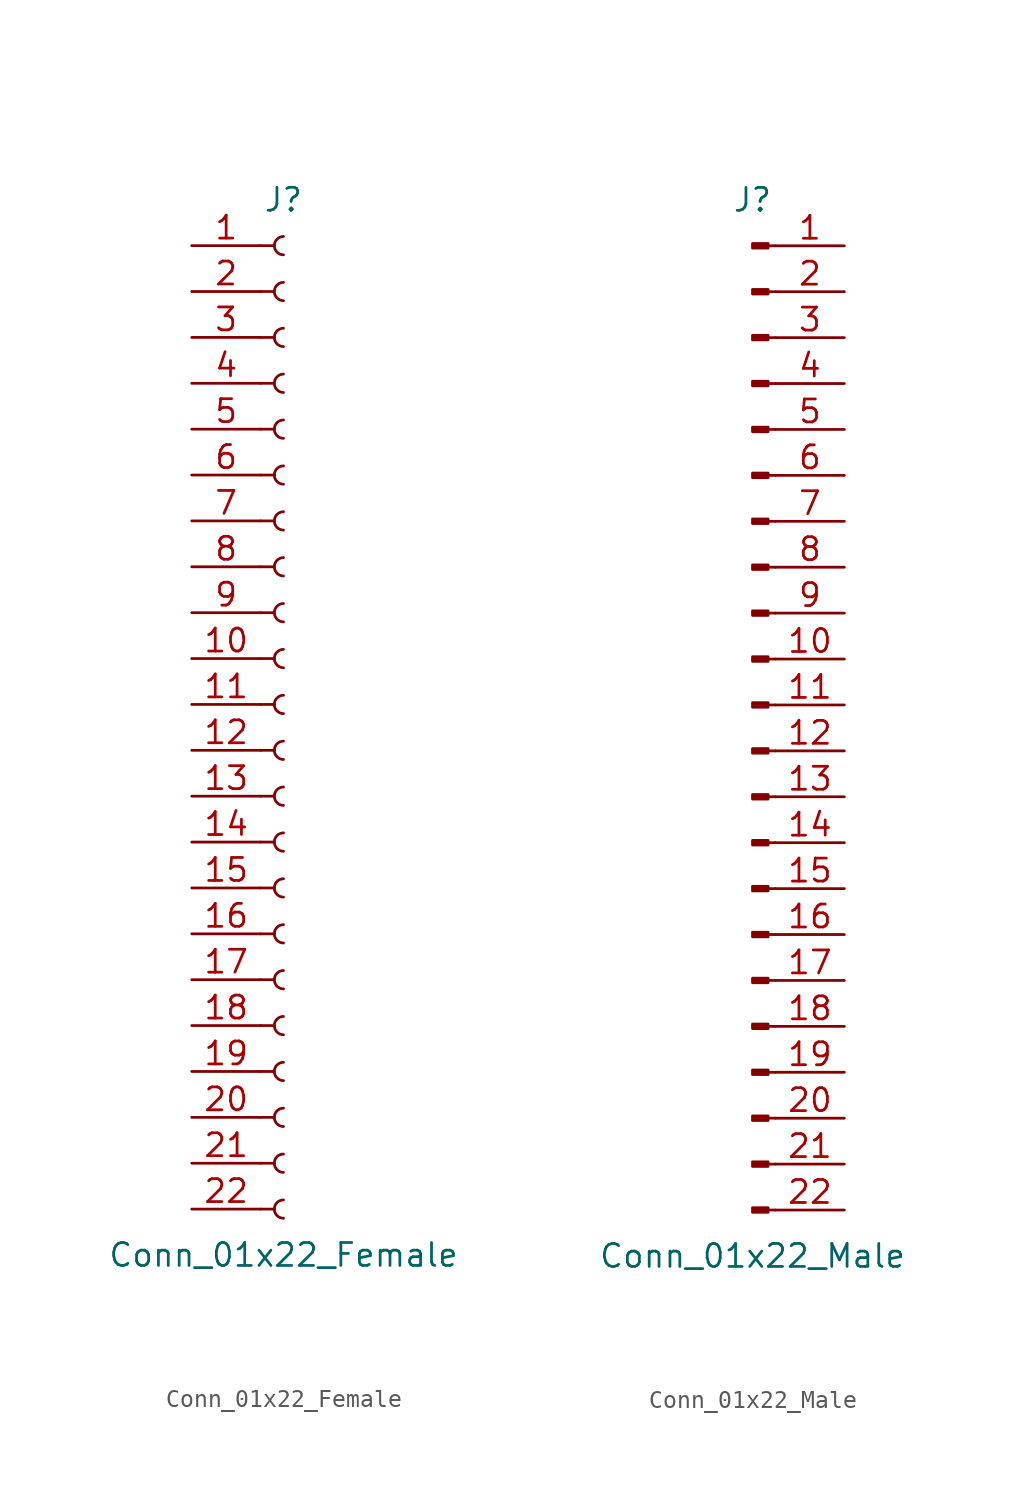
<source format=kicad_sym>
(kicad_symbol_lib
  (version 20220914)
  (generator kicad_symbol_editor)
  (symbol "Conn_01x22_Female"
    (pin_names
      (offset 1.016) hide)
    (property "Reference" "J"
      (at 0 27.94 0)
      (effects (font (size 1.27 1.27))))
    (property "Value" "Conn_01x22_Female"
      (at 0 -30.48 0)
      (effects (font (size 1.27 1.27))))
    (symbol "Conn_01x22_Female_1_1"
      (arc (start 0 -27.432) (mid -0.5058 -27.94) (end 0 -28.448) (stroke (width 0.1524) (type default)) (fill (type none)))
      (arc (start 0 -24.892) (mid -0.5058 -25.4) (end 0 -25.908) (stroke (width 0.1524) (type default)) (fill (type none)))
      (arc (start 0 -22.352) (mid -0.5058 -22.86) (end 0 -23.368) (stroke (width 0.1524) (type default)) (fill (type none)))
      (arc (start 0 -19.812) (mid -0.5058 -20.32) (end 0 -20.828) (stroke (width 0.1524) (type default)) (fill (type none)))
      (arc (start 0 -17.272) (mid -0.5058 -17.78) (end 0 -18.288) (stroke (width 0.1524) (type default)) (fill (type none)))
      (arc (start 0 -14.732) (mid -0.5058 -15.24) (end 0 -15.748) (stroke (width 0.1524) (type default)) (fill (type none)))
      (arc (start 0 -12.192) (mid -0.5058 -12.7) (end 0 -13.208) (stroke (width 0.1524) (type default)) (fill (type none)))
      (arc (start 0 -9.652) (mid -0.5058 -10.16) (end 0 -10.668) (stroke (width 0.1524) (type default)) (fill (type none)))
      (arc (start 0 -7.112) (mid -0.5058 -7.62) (end 0 -8.128) (stroke (width 0.1524) (type default)) (fill (type none)))
      (arc (start 0 -4.572) (mid -0.5058 -5.08) (end 0 -5.588) (stroke (width 0.1524) (type default)) (fill (type none)))
      (arc (start 0 -2.032) (mid -0.5058 -2.54) (end 0 -3.048) (stroke (width 0.1524) (type default)) (fill (type none)))
      (polyline (pts (xy -1.27 -27.94) (xy -0.508 -27.94)) (stroke (width 0.152) (type default)) (fill (type none)))
      (polyline (pts (xy -1.27 -25.4) (xy -0.508 -25.4)) (stroke (width 0.152) (type default)) (fill (type none)))
      (polyline (pts (xy -1.27 -22.86) (xy -0.508 -22.86)) (stroke (width 0.152) (type default)) (fill (type none)))
      (polyline (pts (xy -1.27 -20.32) (xy -0.508 -20.32)) (stroke (width 0.152) (type default)) (fill (type none)))
      (polyline (pts (xy -1.27 -17.78) (xy -0.508 -17.78)) (stroke (width 0.152) (type default)) (fill (type none)))
      (polyline (pts (xy -1.27 -15.24) (xy -0.508 -15.24)) (stroke (width 0.152) (type default)) (fill (type none)))
      (polyline (pts (xy -1.27 -12.7) (xy -0.508 -12.7)) (stroke (width 0.152) (type default)) (fill (type none)))
      (polyline (pts (xy -1.27 -10.16) (xy -0.508 -10.16)) (stroke (width 0.152) (type default)) (fill (type none)))
      (polyline (pts (xy -1.27 -7.62) (xy -0.508 -7.62)) (stroke (width 0.152) (type default)) (fill (type none)))
      (polyline (pts (xy -1.27 -5.08) (xy -0.508 -5.08)) (stroke (width 0.152) (type default)) (fill (type none)))
      (polyline (pts (xy -1.27 -2.54) (xy -0.508 -2.54)) (stroke (width 0.152) (type default)) (fill (type none)))
      (polyline (pts (xy -1.27 0) (xy -0.508 0)) (stroke (width 0.152) (type default)) (fill (type none)))
      (polyline (pts (xy -1.27 2.54) (xy -0.508 2.54)) (stroke (width 0.152) (type default)) (fill (type none)))
      (polyline (pts (xy -1.27 5.08) (xy -0.508 5.08)) (stroke (width 0.152) (type default)) (fill (type none)))
      (polyline (pts (xy -1.27 7.62) (xy -0.508 7.62)) (stroke (width 0.152) (type default)) (fill (type none)))
      (polyline (pts (xy -1.27 10.16) (xy -0.508 10.16)) (stroke (width 0.152) (type default)) (fill (type none)))
      (polyline (pts (xy -1.27 12.7) (xy -0.508 12.7)) (stroke (width 0.152) (type default)) (fill (type none)))
      (polyline (pts (xy -1.27 15.24) (xy -0.508 15.24)) (stroke (width 0.152) (type default)) (fill (type none)))
      (polyline (pts (xy -1.27 17.78) (xy -0.508 17.78)) (stroke (width 0.152) (type default)) (fill (type none)))
      (polyline (pts (xy -1.27 20.32) (xy -0.508 20.32)) (stroke (width 0.152) (type default)) (fill (type none)))
      (polyline (pts (xy -1.27 22.86) (xy -0.508 22.86)) (stroke (width 0.152) (type default)) (fill (type none)))
      (polyline (pts (xy -1.27 25.4) (xy -0.508 25.4)) (stroke (width 0.152) (type default)) (fill (type none)))
      (arc (start 0 0.508) (mid -0.5058 0) (end 0 -0.508) (stroke (width 0.1524) (type default)) (fill (type none)))
      (arc (start 0 3.048) (mid -0.5058 2.54) (end 0 2.032) (stroke (width 0.1524) (type default)) (fill (type none)))
      (arc (start 0 5.588) (mid -0.5058 5.08) (end 0 4.572) (stroke (width 0.1524) (type default)) (fill (type none)))
      (arc (start 0 8.128) (mid -0.5058 7.62) (end 0 7.112) (stroke (width 0.1524) (type default)) (fill (type none)))
      (arc (start 0 10.668) (mid -0.5058 10.16) (end 0 9.652) (stroke (width 0.1524) (type default)) (fill (type none)))
      (arc (start 0 13.208) (mid -0.5058 12.7) (end 0 12.192) (stroke (width 0.1524) (type default)) (fill (type none)))
      (arc (start 0 15.748) (mid -0.5058 15.24) (end 0 14.732) (stroke (width 0.1524) (type default)) (fill (type none)))
      (arc (start 0 18.288) (mid -0.5058 17.78) (end 0 17.272) (stroke (width 0.1524) (type default)) (fill (type none)))
      (arc (start 0 20.828) (mid -0.5058 20.32) (end 0 19.812) (stroke (width 0.1524) (type default)) (fill (type none)))
      (arc (start 0 23.368) (mid -0.5058 22.86) (end 0 22.352) (stroke (width 0.1524) (type default)) (fill (type none)))
      (arc (start 0 25.908) (mid -0.5058 25.4) (end 0 24.892) (stroke (width 0.1524) (type default)) (fill (type none)))
      (pin passive line (at -5.08 25.4 0) (length 3.81) (name "Pin_1" (effects (font (size 1.27 1.27)))) (number "1" (effects (font (size 1.27 1.27)))))
      (pin passive line (at -5.08 2.54 0) (length 3.81) (name "Pin_10" (effects (font (size 1.27 1.27)))) (number "10" (effects (font (size 1.27 1.27)))))
      (pin passive line (at -5.08 0 0) (length 3.81) (name "Pin_11" (effects (font (size 1.27 1.27)))) (number "11" (effects (font (size 1.27 1.27)))))
      (pin passive line (at -5.08 -2.54 0) (length 3.81) (name "Pin_12" (effects (font (size 1.27 1.27)))) (number "12" (effects (font (size 1.27 1.27)))))
      (pin passive line (at -5.08 -5.08 0) (length 3.81) (name "Pin_13" (effects (font (size 1.27 1.27)))) (number "13" (effects (font (size 1.27 1.27)))))
      (pin passive line (at -5.08 -7.62 0) (length 3.81) (name "Pin_14" (effects (font (size 1.27 1.27)))) (number "14" (effects (font (size 1.27 1.27)))))
      (pin passive line (at -5.08 -10.16 0) (length 3.81) (name "Pin_15" (effects (font (size 1.27 1.27)))) (number "15" (effects (font (size 1.27 1.27)))))
      (pin passive line (at -5.08 -12.7 0) (length 3.81) (name "Pin_16" (effects (font (size 1.27 1.27)))) (number "16" (effects (font (size 1.27 1.27)))))
      (pin passive line (at -5.08 -15.24 0) (length 3.81) (name "Pin_17" (effects (font (size 1.27 1.27)))) (number "17" (effects (font (size 1.27 1.27)))))
      (pin passive line (at -5.08 -17.78 0) (length 3.81) (name "Pin_18" (effects (font (size 1.27 1.27)))) (number "18" (effects (font (size 1.27 1.27)))))
      (pin passive line (at -5.08 -20.32 0) (length 3.81) (name "Pin_19" (effects (font (size 1.27 1.27)))) (number "19" (effects (font (size 1.27 1.27)))))
      (pin passive line (at -5.08 22.86 0) (length 3.81) (name "Pin_2" (effects (font (size 1.27 1.27)))) (number "2" (effects (font (size 1.27 1.27)))))
      (pin passive line (at -5.08 -22.86 0) (length 3.81) (name "Pin_20" (effects (font (size 1.27 1.27)))) (number "20" (effects (font (size 1.27 1.27)))))
      (pin passive line (at -5.08 -25.4 0) (length 3.81) (name "Pin_21" (effects (font (size 1.27 1.27)))) (number "21" (effects (font (size 1.27 1.27)))))
      (pin passive line (at -5.08 -27.94 0) (length 3.81) (name "Pin_22" (effects (font (size 1.27 1.27)))) (number "22" (effects (font (size 1.27 1.27)))))
      (pin passive line (at -5.08 20.32 0) (length 3.81) (name "Pin_3" (effects (font (size 1.27 1.27)))) (number "3" (effects (font (size 1.27 1.27)))))
      (pin passive line (at -5.08 17.78 0) (length 3.81) (name "Pin_4" (effects (font (size 1.27 1.27)))) (number "4" (effects (font (size 1.27 1.27)))))
      (pin passive line (at -5.08 15.24 0) (length 3.81) (name "Pin_5" (effects (font (size 1.27 1.27)))) (number "5" (effects (font (size 1.27 1.27)))))
      (pin passive line (at -5.08 12.7 0) (length 3.81) (name "Pin_6" (effects (font (size 1.27 1.27)))) (number "6" (effects (font (size 1.27 1.27)))))
      (pin passive line (at -5.08 10.16 0) (length 3.81) (name "Pin_7" (effects (font (size 1.27 1.27)))) (number "7" (effects (font (size 1.27 1.27)))))
      (pin passive line (at -5.08 7.62 0) (length 3.81) (name "Pin_8" (effects (font (size 1.27 1.27)))) (number "8" (effects (font (size 1.27 1.27)))))
      (pin passive line (at -5.08 5.08 0) (length 3.81) (name "Pin_9" (effects (font (size 1.27 1.27)))) (number "9" (effects (font (size 1.27 1.27)))))))
  (symbol "Conn_01x22_Male"
    (pin_names
      (offset 1.016) hide)
    (property "Reference" "J"
      (at 0 27.94 0)
      (effects (font (size 1.27 1.27))))
    (property "Value" "Conn_01x22_Male"
      (at 0 -30.48 0)
      (effects (font (size 1.27 1.27))))
    (symbol "Conn_01x22_Male_1_1"
      (polyline (pts (xy 1.27 -27.94) (xy 0.864 -27.94)) (stroke (width 0.152) (type default)) (fill (type none)))
      (polyline (pts (xy 1.27 -25.4) (xy 0.864 -25.4)) (stroke (width 0.152) (type default)) (fill (type none)))
      (polyline (pts (xy 1.27 -22.86) (xy 0.864 -22.86)) (stroke (width 0.152) (type default)) (fill (type none)))
      (polyline (pts (xy 1.27 -20.32) (xy 0.864 -20.32)) (stroke (width 0.152) (type default)) (fill (type none)))
      (polyline (pts (xy 1.27 -17.78) (xy 0.864 -17.78)) (stroke (width 0.152) (type default)) (fill (type none)))
      (polyline (pts (xy 1.27 -15.24) (xy 0.864 -15.24)) (stroke (width 0.152) (type default)) (fill (type none)))
      (polyline (pts (xy 1.27 -12.7) (xy 0.864 -12.7)) (stroke (width 0.152) (type default)) (fill (type none)))
      (polyline (pts (xy 1.27 -10.16) (xy 0.864 -10.16)) (stroke (width 0.152) (type default)) (fill (type none)))
      (polyline (pts (xy 1.27 -7.62) (xy 0.864 -7.62)) (stroke (width 0.152) (type default)) (fill (type none)))
      (polyline (pts (xy 1.27 -5.08) (xy 0.864 -5.08)) (stroke (width 0.152) (type default)) (fill (type none)))
      (polyline (pts (xy 1.27 -2.54) (xy 0.864 -2.54)) (stroke (width 0.152) (type default)) (fill (type none)))
      (polyline (pts (xy 1.27 0) (xy 0.864 0)) (stroke (width 0.152) (type default)) (fill (type none)))
      (polyline (pts (xy 1.27 2.54) (xy 0.864 2.54)) (stroke (width 0.152) (type default)) (fill (type none)))
      (polyline (pts (xy 1.27 5.08) (xy 0.864 5.08)) (stroke (width 0.152) (type default)) (fill (type none)))
      (polyline (pts (xy 1.27 7.62) (xy 0.864 7.62)) (stroke (width 0.152) (type default)) (fill (type none)))
      (polyline (pts (xy 1.27 10.16) (xy 0.864 10.16)) (stroke (width 0.152) (type default)) (fill (type none)))
      (polyline (pts (xy 1.27 12.7) (xy 0.864 12.7)) (stroke (width 0.152) (type default)) (fill (type none)))
      (polyline (pts (xy 1.27 15.24) (xy 0.864 15.24)) (stroke (width 0.152) (type default)) (fill (type none)))
      (polyline (pts (xy 1.27 17.78) (xy 0.864 17.78)) (stroke (width 0.152) (type default)) (fill (type none)))
      (polyline (pts (xy 1.27 20.32) (xy 0.864 20.32)) (stroke (width 0.152) (type default)) (fill (type none)))
      (polyline (pts (xy 1.27 22.86) (xy 0.864 22.86)) (stroke (width 0.152) (type default)) (fill (type none)))
      (polyline (pts (xy 1.27 25.4) (xy 0.864 25.4)) (stroke (width 0.152) (type default)) (fill (type none)))
      (rectangle (start 0.864 -27.813) (end 0 -28.067) (stroke (width 0.152) (type default)) (fill (type outline)))
      (rectangle (start 0.864 -25.273) (end 0 -25.527) (stroke (width 0.152) (type default)) (fill (type outline)))
      (rectangle (start 0.864 -22.733) (end 0 -22.987) (stroke (width 0.152) (type default)) (fill (type outline)))
      (rectangle (start 0.864 -20.193) (end 0 -20.447) (stroke (width 0.152) (type default)) (fill (type outline)))
      (rectangle (start 0.864 -17.653) (end 0 -17.907) (stroke (width 0.152) (type default)) (fill (type outline)))
      (rectangle (start 0.864 -15.113) (end 0 -15.367) (stroke (width 0.152) (type default)) (fill (type outline)))
      (rectangle (start 0.864 -12.573) (end 0 -12.827) (stroke (width 0.152) (type default)) (fill (type outline)))
      (rectangle (start 0.864 -10.033) (end 0 -10.287) (stroke (width 0.152) (type default)) (fill (type outline)))
      (rectangle (start 0.864 -7.493) (end 0 -7.747) (stroke (width 0.152) (type default)) (fill (type outline)))
      (rectangle (start 0.864 -4.953) (end 0 -5.207) (stroke (width 0.152) (type default)) (fill (type outline)))
      (rectangle (start 0.864 -2.413) (end 0 -2.667) (stroke (width 0.152) (type default)) (fill (type outline)))
      (rectangle (start 0.864 0.127) (end 0 -0.127) (stroke (width 0.152) (type default)) (fill (type outline)))
      (rectangle (start 0.864 2.667) (end 0 2.413) (stroke (width 0.152) (type default)) (fill (type outline)))
      (rectangle (start 0.864 5.207) (end 0 4.953) (stroke (width 0.152) (type default)) (fill (type outline)))
      (rectangle (start 0.864 7.747) (end 0 7.493) (stroke (width 0.152) (type default)) (fill (type outline)))
      (rectangle (start 0.864 10.287) (end 0 10.033) (stroke (width 0.152) (type default)) (fill (type outline)))
      (rectangle (start 0.864 12.827) (end 0 12.573) (stroke (width 0.152) (type default)) (fill (type outline)))
      (rectangle (start 0.864 15.367) (end 0 15.113) (stroke (width 0.152) (type default)) (fill (type outline)))
      (rectangle (start 0.864 17.907) (end 0 17.653) (stroke (width 0.152) (type default)) (fill (type outline)))
      (rectangle (start 0.864 20.447) (end 0 20.193) (stroke (width 0.152) (type default)) (fill (type outline)))
      (rectangle (start 0.864 22.987) (end 0 22.733) (stroke (width 0.152) (type default)) (fill (type outline)))
      (rectangle (start 0.864 25.527) (end 0 25.273) (stroke (width 0.152) (type default)) (fill (type outline)))
      (pin passive line (at 5.08 25.4 180) (length 3.81) (name "Pin_1" (effects (font (size 1.27 1.27)))) (number "1" (effects (font (size 1.27 1.27)))))
      (pin passive line (at 5.08 2.54 180) (length 3.81) (name "Pin_10" (effects (font (size 1.27 1.27)))) (number "10" (effects (font (size 1.27 1.27)))))
      (pin passive line (at 5.08 0 180) (length 3.81) (name "Pin_11" (effects (font (size 1.27 1.27)))) (number "11" (effects (font (size 1.27 1.27)))))
      (pin passive line (at 5.08 -2.54 180) (length 3.81) (name "Pin_12" (effects (font (size 1.27 1.27)))) (number "12" (effects (font (size 1.27 1.27)))))
      (pin passive line (at 5.08 -5.08 180) (length 3.81) (name "Pin_13" (effects (font (size 1.27 1.27)))) (number "13" (effects (font (size 1.27 1.27)))))
      (pin passive line (at 5.08 -7.62 180) (length 3.81) (name "Pin_14" (effects (font (size 1.27 1.27)))) (number "14" (effects (font (size 1.27 1.27)))))
      (pin passive line (at 5.08 -10.16 180) (length 3.81) (name "Pin_15" (effects (font (size 1.27 1.27)))) (number "15" (effects (font (size 1.27 1.27)))))
      (pin passive line (at 5.08 -12.7 180) (length 3.81) (name "Pin_16" (effects (font (size 1.27 1.27)))) (number "16" (effects (font (size 1.27 1.27)))))
      (pin passive line (at 5.08 -15.24 180) (length 3.81) (name "Pin_17" (effects (font (size 1.27 1.27)))) (number "17" (effects (font (size 1.27 1.27)))))
      (pin passive line (at 5.08 -17.78 180) (length 3.81) (name "Pin_18" (effects (font (size 1.27 1.27)))) (number "18" (effects (font (size 1.27 1.27)))))
      (pin passive line (at 5.08 -20.32 180) (length 3.81) (name "Pin_19" (effects (font (size 1.27 1.27)))) (number "19" (effects (font (size 1.27 1.27)))))
      (pin passive line (at 5.08 22.86 180) (length 3.81) (name "Pin_2" (effects (font (size 1.27 1.27)))) (number "2" (effects (font (size 1.27 1.27)))))
      (pin passive line (at 5.08 -22.86 180) (length 3.81) (name "Pin_20" (effects (font (size 1.27 1.27)))) (number "20" (effects (font (size 1.27 1.27)))))
      (pin passive line (at 5.08 -25.4 180) (length 3.81) (name "Pin_21" (effects (font (size 1.27 1.27)))) (number "21" (effects (font (size 1.27 1.27)))))
      (pin passive line (at 5.08 -27.94 180) (length 3.81) (name "Pin_22" (effects (font (size 1.27 1.27)))) (number "22" (effects (font (size 1.27 1.27)))))
      (pin passive line (at 5.08 20.32 180) (length 3.81) (name "Pin_3" (effects (font (size 1.27 1.27)))) (number "3" (effects (font (size 1.27 1.27)))))
      (pin passive line (at 5.08 17.78 180) (length 3.81) (name "Pin_4" (effects (font (size 1.27 1.27)))) (number "4" (effects (font (size 1.27 1.27)))))
      (pin passive line (at 5.08 15.24 180) (length 3.81) (name "Pin_5" (effects (font (size 1.27 1.27)))) (number "5" (effects (font (size 1.27 1.27)))))
      (pin passive line (at 5.08 12.7 180) (length 3.81) (name "Pin_6" (effects (font (size 1.27 1.27)))) (number "6" (effects (font (size 1.27 1.27)))))
      (pin passive line (at 5.08 10.16 180) (length 3.81) (name "Pin_7" (effects (font (size 1.27 1.27)))) (number "7" (effects (font (size 1.27 1.27)))))
      (pin passive line (at 5.08 7.62 180) (length 3.81) (name "Pin_8" (effects (font (size 1.27 1.27)))) (number "8" (effects (font (size 1.27 1.27)))))
      (pin passive line (at 5.08 5.08 180) (length 3.81) (name "Pin_9" (effects (font (size 1.27 1.27)))) (number "9" (effects (font (size 1.27 1.27))))))))
</source>
